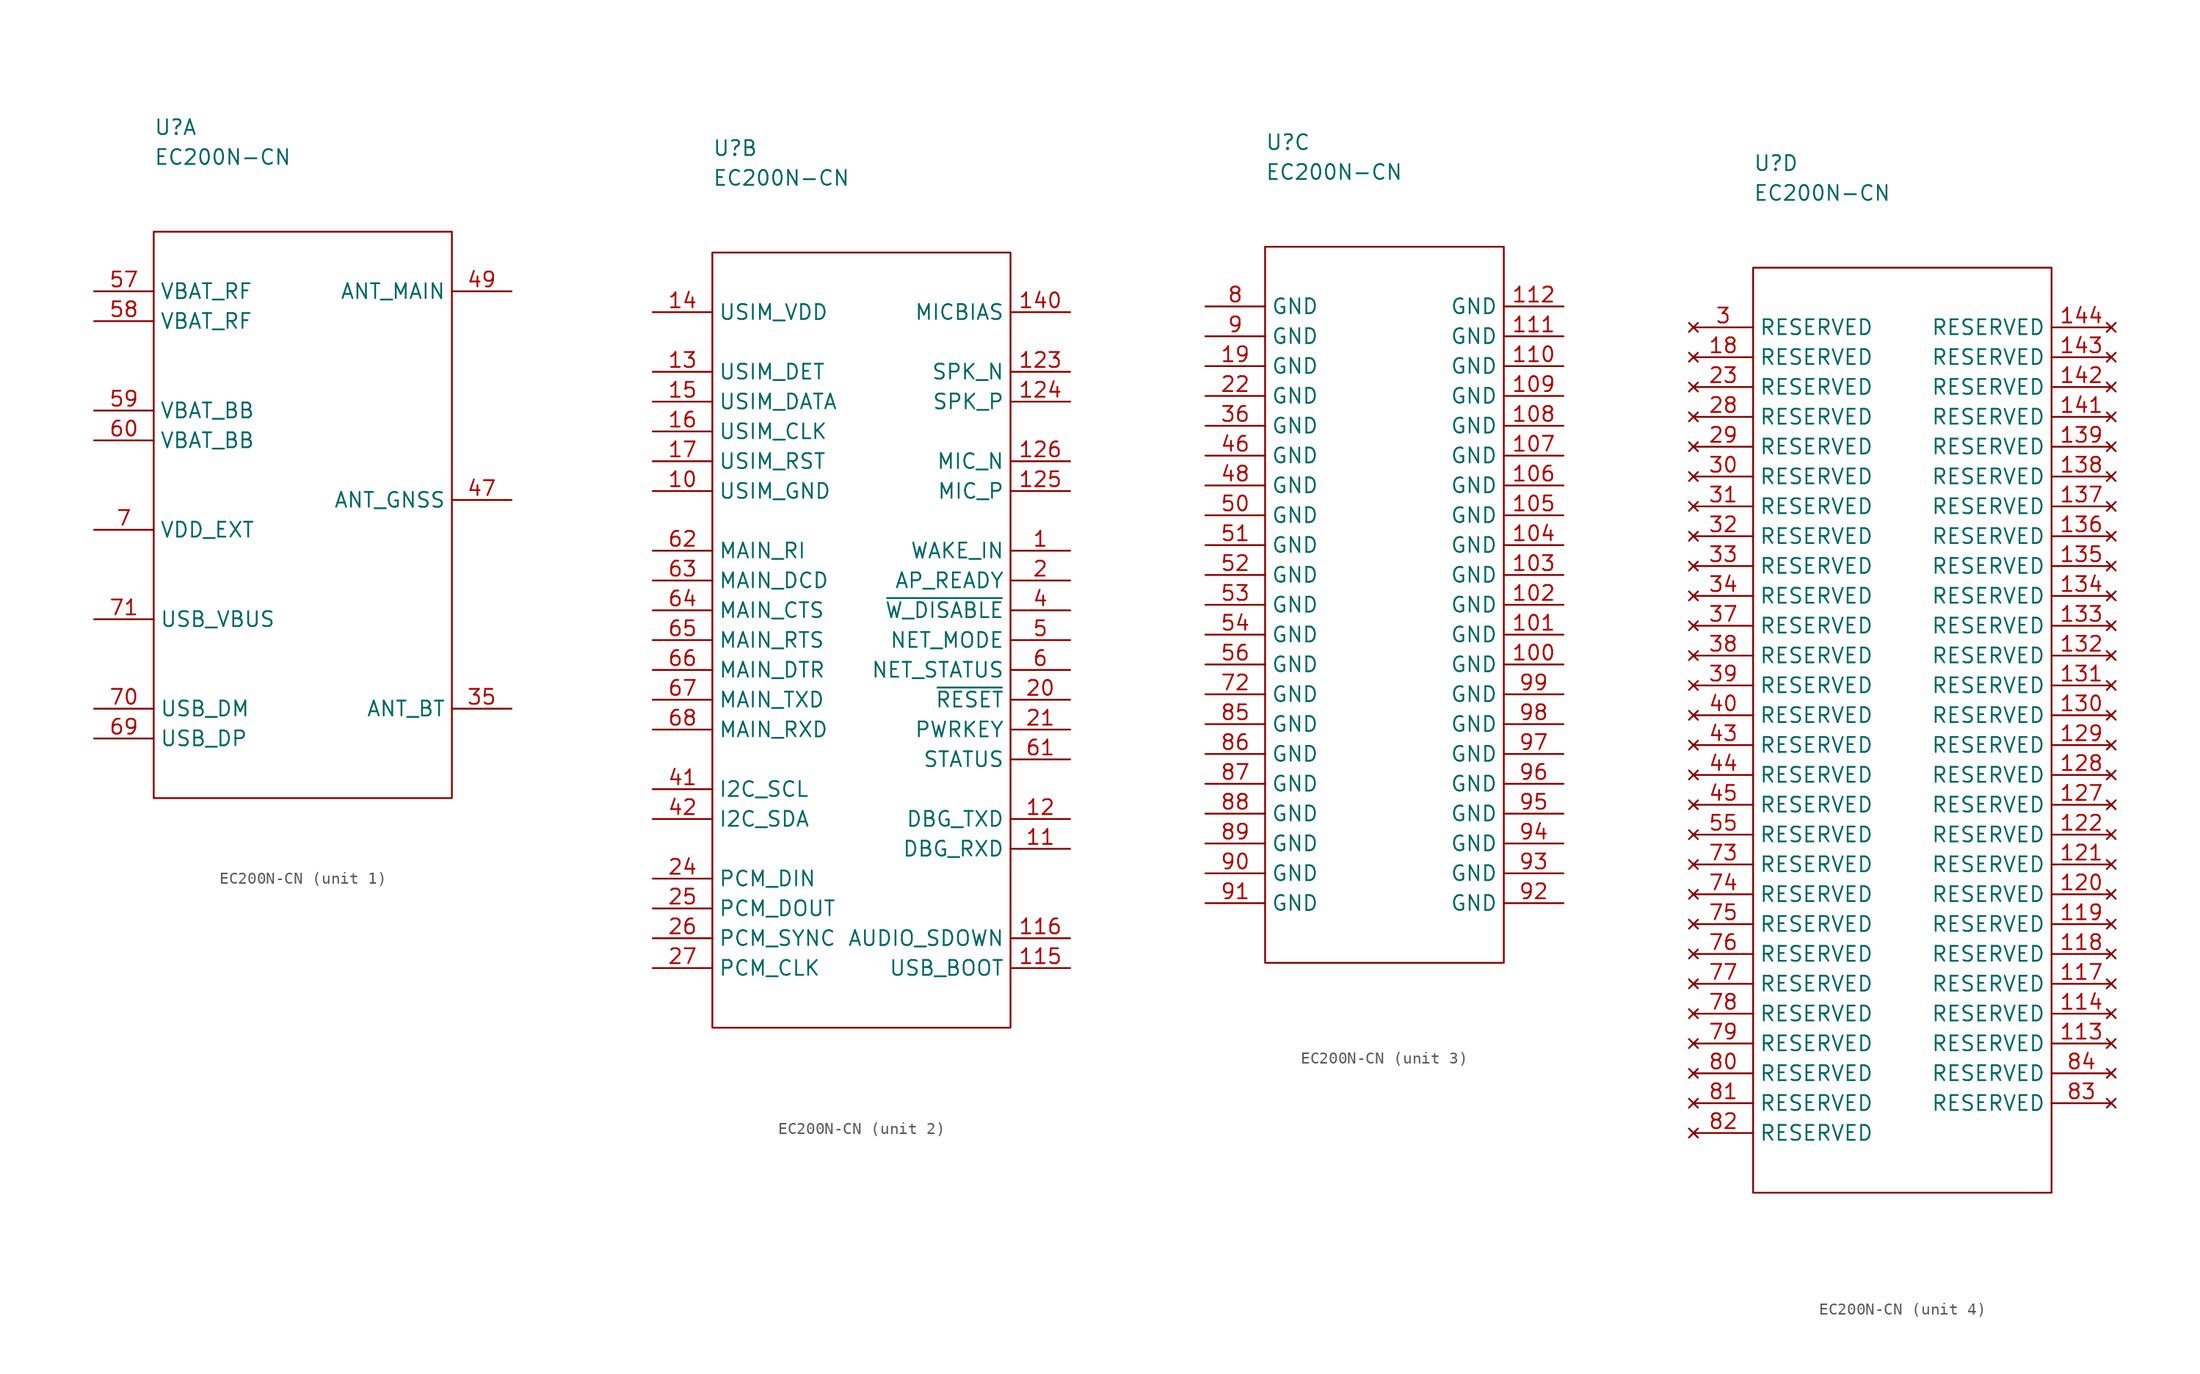
<source format=kicad_sym>
(kicad_symbol_lib
  (version 20211014)
  (generator kicad_symbol_editor)
  (symbol "EC200N-CN"
    (property "Reference" "U"
      (at 0 8.89 0)
      (effects (font (size 1.27 1.27)) (justify left)))
    (property "Value" "EC200N-CN"
      (at 0 6.35 0)
      (effects (font (size 1.27 1.27)) (justify left)))
    (property "ki_locked" ""
      (at 0 0 0)
      (effects (font (size 1.27 1.27))))
    (symbol "EC200N-CN_1_1"
      (rectangle (start 0 0) (end 25.4 -48.26) (stroke (width 0.152) (type default) (color 0 0 0 0)) (fill (type none)))
      (pin passive line (at 30.48 -40.64 180) (length 5.08) (name "ANT_BT" (effects (font (size 1.27 1.27)))) (number "35" (effects (font (size 1.27 1.27)))))
      (pin passive line (at 30.48 -22.86 180) (length 5.08) (name "ANT_GNSS" (effects (font (size 1.27 1.27)))) (number "47" (effects (font (size 1.27 1.27)))))
      (pin passive line (at 30.48 -5.08 180) (length 5.08) (name "ANT_MAIN" (effects (font (size 1.27 1.27)))) (number "49" (effects (font (size 1.27 1.27)))))
      (pin passive line (at -5.08 -5.08 0) (length 5.08) (name "VBAT_RF" (effects (font (size 1.27 1.27)))) (number "57" (effects (font (size 1.27 1.27)))))
      (pin passive line (at -5.08 -7.62 0) (length 5.08) (name "VBAT_RF" (effects (font (size 1.27 1.27)))) (number "58" (effects (font (size 1.27 1.27)))))
      (pin passive line (at -5.08 -15.24 0) (length 5.08) (name "VBAT_BB" (effects (font (size 1.27 1.27)))) (number "59" (effects (font (size 1.27 1.27)))))
      (pin passive line (at -5.08 -17.78 0) (length 5.08) (name "VBAT_BB" (effects (font (size 1.27 1.27)))) (number "60" (effects (font (size 1.27 1.27)))))
      (pin passive line (at -5.08 -43.18 0) (length 5.08) (name "USB_DP" (effects (font (size 1.27 1.27)))) (number "69" (effects (font (size 1.27 1.27)))))
      (pin passive line (at -5.08 -25.4 0) (length 5.08) (name "VDD_EXT" (effects (font (size 1.27 1.27)))) (number "7" (effects (font (size 1.27 1.27)))))
      (pin passive line (at -5.08 -40.64 0) (length 5.08) (name "USB_DM" (effects (font (size 1.27 1.27)))) (number "70" (effects (font (size 1.27 1.27)))))
      (pin passive line (at -5.08 -33.02 0) (length 5.08) (name "USB_VBUS" (effects (font (size 1.27 1.27)))) (number "71" (effects (font (size 1.27 1.27))))))
    (symbol "EC200N-CN_2_1"
      (rectangle (start 0 0) (end 25.4 -66.04) (stroke (width 0.152) (type default) (color 0 0 0 0)) (fill (type none)))
      (pin passive line (at 30.48 -25.4 180) (length 5.08) (name "WAKE_IN" (effects (font (size 1.27 1.27)))) (number "1" (effects (font (size 1.27 1.27)))))
      (pin passive line (at -5.08 -20.32 0) (length 5.08) (name "USIM_GND" (effects (font (size 1.27 1.27)))) (number "10" (effects (font (size 1.27 1.27)))))
      (pin passive line (at 30.48 -50.8 180) (length 5.08) (name "DBG_RXD" (effects (font (size 1.27 1.27)))) (number "11" (effects (font (size 1.27 1.27)))))
      (pin passive line (at 30.48 -60.96 180) (length 5.08) (name "USB_BOOT" (effects (font (size 1.27 1.27)))) (number "115" (effects (font (size 1.27 1.27)))))
      (pin passive line (at 30.48 -58.42 180) (length 5.08) (name "AUDIO_SDOWN" (effects (font (size 1.27 1.27)))) (number "116" (effects (font (size 1.27 1.27)))))
      (pin passive line (at 30.48 -48.26 180) (length 5.08) (name "DBG_TXD" (effects (font (size 1.27 1.27)))) (number "12" (effects (font (size 1.27 1.27)))))
      (pin passive line (at 30.48 -10.16 180) (length 5.08) (name "SPK_N" (effects (font (size 1.27 1.27)))) (number "123" (effects (font (size 1.27 1.27)))))
      (pin passive line (at 30.48 -12.7 180) (length 5.08) (name "SPK_P" (effects (font (size 1.27 1.27)))) (number "124" (effects (font (size 1.27 1.27)))))
      (pin passive line (at 30.48 -20.32 180) (length 5.08) (name "MIC_P" (effects (font (size 1.27 1.27)))) (number "125" (effects (font (size 1.27 1.27)))))
      (pin passive line (at 30.48 -17.78 180) (length 5.08) (name "MIC_N" (effects (font (size 1.27 1.27)))) (number "126" (effects (font (size 1.27 1.27)))))
      (pin passive line (at -5.08 -10.16 0) (length 5.08) (name "USIM_DET" (effects (font (size 1.27 1.27)))) (number "13" (effects (font (size 1.27 1.27)))))
      (pin passive line (at -5.08 -5.08 0) (length 5.08) (name "USIM_VDD" (effects (font (size 1.27 1.27)))) (number "14" (effects (font (size 1.27 1.27)))))
      (pin passive line (at 30.48 -5.08 180) (length 5.08) (name "MICBIAS" (effects (font (size 1.27 1.27)))) (number "140" (effects (font (size 1.27 1.27)))))
      (pin passive line (at -5.08 -12.7 0) (length 5.08) (name "USIM_DATA" (effects (font (size 1.27 1.27)))) (number "15" (effects (font (size 1.27 1.27)))))
      (pin passive line (at -5.08 -15.24 0) (length 5.08) (name "USIM_CLK" (effects (font (size 1.27 1.27)))) (number "16" (effects (font (size 1.27 1.27)))))
      (pin passive line (at -5.08 -17.78 0) (length 5.08) (name "USIM_RST" (effects (font (size 1.27 1.27)))) (number "17" (effects (font (size 1.27 1.27)))))
      (pin passive line (at 30.48 -27.94 180) (length 5.08) (name "AP_READY" (effects (font (size 1.27 1.27)))) (number "2" (effects (font (size 1.27 1.27)))))
      (pin passive line (at 30.48 -38.1 180) (length 5.08) (name "~{RESET}" (effects (font (size 1.27 1.27)))) (number "20" (effects (font (size 1.27 1.27)))))
      (pin passive line (at 30.48 -40.64 180) (length 5.08) (name "PWRKEY" (effects (font (size 1.27 1.27)))) (number "21" (effects (font (size 1.27 1.27)))))
      (pin passive line (at -5.08 -53.34 0) (length 5.08) (name "PCM_DIN" (effects (font (size 1.27 1.27)))) (number "24" (effects (font (size 1.27 1.27)))))
      (pin passive line (at -5.08 -55.88 0) (length 5.08) (name "PCM_DOUT" (effects (font (size 1.27 1.27)))) (number "25" (effects (font (size 1.27 1.27)))))
      (pin passive line (at -5.08 -58.42 0) (length 5.08) (name "PCM_SYNC" (effects (font (size 1.27 1.27)))) (number "26" (effects (font (size 1.27 1.27)))))
      (pin passive line (at -5.08 -60.96 0) (length 5.08) (name "PCM_CLK" (effects (font (size 1.27 1.27)))) (number "27" (effects (font (size 1.27 1.27)))))
      (pin passive line (at 30.48 -30.48 180) (length 5.08) (name "~{W_DISABLE}" (effects (font (size 1.27 1.27)))) (number "4" (effects (font (size 1.27 1.27)))))
      (pin passive line (at -5.08 -45.72 0) (length 5.08) (name "I2C_SCL" (effects (font (size 1.27 1.27)))) (number "41" (effects (font (size 1.27 1.27)))))
      (pin passive line (at -5.08 -48.26 0) (length 5.08) (name "I2C_SDA" (effects (font (size 1.27 1.27)))) (number "42" (effects (font (size 1.27 1.27)))))
      (pin passive line (at 30.48 -33.02 180) (length 5.08) (name "NET_MODE" (effects (font (size 1.27 1.27)))) (number "5" (effects (font (size 1.27 1.27)))))
      (pin passive line (at 30.48 -35.56 180) (length 5.08) (name "NET_STATUS" (effects (font (size 1.27 1.27)))) (number "6" (effects (font (size 1.27 1.27)))))
      (pin passive line (at 30.48 -43.18 180) (length 5.08) (name "STATUS" (effects (font (size 1.27 1.27)))) (number "61" (effects (font (size 1.27 1.27)))))
      (pin passive line (at -5.08 -25.4 0) (length 5.08) (name "MAIN_RI" (effects (font (size 1.27 1.27)))) (number "62" (effects (font (size 1.27 1.27)))))
      (pin passive line (at -5.08 -27.94 0) (length 5.08) (name "MAIN_DCD" (effects (font (size 1.27 1.27)))) (number "63" (effects (font (size 1.27 1.27)))))
      (pin passive line (at -5.08 -30.48 0) (length 5.08) (name "MAIN_CTS" (effects (font (size 1.27 1.27)))) (number "64" (effects (font (size 1.27 1.27)))))
      (pin passive line (at -5.08 -33.02 0) (length 5.08) (name "MAIN_RTS" (effects (font (size 1.27 1.27)))) (number "65" (effects (font (size 1.27 1.27)))))
      (pin passive line (at -5.08 -35.56 0) (length 5.08) (name "MAIN_DTR" (effects (font (size 1.27 1.27)))) (number "66" (effects (font (size 1.27 1.27)))))
      (pin passive line (at -5.08 -38.1 0) (length 5.08) (name "MAIN_TXD" (effects (font (size 1.27 1.27)))) (number "67" (effects (font (size 1.27 1.27)))))
      (pin passive line (at -5.08 -40.64 0) (length 5.08) (name "MAIN_RXD" (effects (font (size 1.27 1.27)))) (number "68" (effects (font (size 1.27 1.27))))))
    (symbol "EC200N-CN_3_1"
      (rectangle (start 0 0) (end 20.32 -60.96) (stroke (width 0.152) (type default) (color 0 0 0 0)) (fill (type none)))
      (pin passive line (at 25.4 -35.56 180) (length 5.08) (name "GND" (effects (font (size 1.27 1.27)))) (number "100" (effects (font (size 1.27 1.27)))))
      (pin passive line (at 25.4 -33.02 180) (length 5.08) (name "GND" (effects (font (size 1.27 1.27)))) (number "101" (effects (font (size 1.27 1.27)))))
      (pin passive line (at 25.4 -30.48 180) (length 5.08) (name "GND" (effects (font (size 1.27 1.27)))) (number "102" (effects (font (size 1.27 1.27)))))
      (pin passive line (at 25.4 -27.94 180) (length 5.08) (name "GND" (effects (font (size 1.27 1.27)))) (number "103" (effects (font (size 1.27 1.27)))))
      (pin passive line (at 25.4 -25.4 180) (length 5.08) (name "GND" (effects (font (size 1.27 1.27)))) (number "104" (effects (font (size 1.27 1.27)))))
      (pin passive line (at 25.4 -22.86 180) (length 5.08) (name "GND" (effects (font (size 1.27 1.27)))) (number "105" (effects (font (size 1.27 1.27)))))
      (pin passive line (at 25.4 -20.32 180) (length 5.08) (name "GND" (effects (font (size 1.27 1.27)))) (number "106" (effects (font (size 1.27 1.27)))))
      (pin passive line (at 25.4 -17.78 180) (length 5.08) (name "GND" (effects (font (size 1.27 1.27)))) (number "107" (effects (font (size 1.27 1.27)))))
      (pin passive line (at 25.4 -15.24 180) (length 5.08) (name "GND" (effects (font (size 1.27 1.27)))) (number "108" (effects (font (size 1.27 1.27)))))
      (pin passive line (at 25.4 -12.7 180) (length 5.08) (name "GND" (effects (font (size 1.27 1.27)))) (number "109" (effects (font (size 1.27 1.27)))))
      (pin passive line (at 25.4 -10.16 180) (length 5.08) (name "GND" (effects (font (size 1.27 1.27)))) (number "110" (effects (font (size 1.27 1.27)))))
      (pin passive line (at 25.4 -7.62 180) (length 5.08) (name "GND" (effects (font (size 1.27 1.27)))) (number "111" (effects (font (size 1.27 1.27)))))
      (pin passive line (at 25.4 -5.08 180) (length 5.08) (name "GND" (effects (font (size 1.27 1.27)))) (number "112" (effects (font (size 1.27 1.27)))))
      (pin passive line (at -5.08 -10.16 0) (length 5.08) (name "GND" (effects (font (size 1.27 1.27)))) (number "19" (effects (font (size 1.27 1.27)))))
      (pin passive line (at -5.08 -12.7 0) (length 5.08) (name "GND" (effects (font (size 1.27 1.27)))) (number "22" (effects (font (size 1.27 1.27)))))
      (pin passive line (at -5.08 -15.24 0) (length 5.08) (name "GND" (effects (font (size 1.27 1.27)))) (number "36" (effects (font (size 1.27 1.27)))))
      (pin passive line (at -5.08 -17.78 0) (length 5.08) (name "GND" (effects (font (size 1.27 1.27)))) (number "46" (effects (font (size 1.27 1.27)))))
      (pin passive line (at -5.08 -20.32 0) (length 5.08) (name "GND" (effects (font (size 1.27 1.27)))) (number "48" (effects (font (size 1.27 1.27)))))
      (pin passive line (at -5.08 -22.86 0) (length 5.08) (name "GND" (effects (font (size 1.27 1.27)))) (number "50" (effects (font (size 1.27 1.27)))))
      (pin passive line (at -5.08 -25.4 0) (length 5.08) (name "GND" (effects (font (size 1.27 1.27)))) (number "51" (effects (font (size 1.27 1.27)))))
      (pin passive line (at -5.08 -27.94 0) (length 5.08) (name "GND" (effects (font (size 1.27 1.27)))) (number "52" (effects (font (size 1.27 1.27)))))
      (pin passive line (at -5.08 -30.48 0) (length 5.08) (name "GND" (effects (font (size 1.27 1.27)))) (number "53" (effects (font (size 1.27 1.27)))))
      (pin passive line (at -5.08 -33.02 0) (length 5.08) (name "GND" (effects (font (size 1.27 1.27)))) (number "54" (effects (font (size 1.27 1.27)))))
      (pin passive line (at -5.08 -35.56 0) (length 5.08) (name "GND" (effects (font (size 1.27 1.27)))) (number "56" (effects (font (size 1.27 1.27)))))
      (pin passive line (at -5.08 -38.1 0) (length 5.08) (name "GND" (effects (font (size 1.27 1.27)))) (number "72" (effects (font (size 1.27 1.27)))))
      (pin passive line (at -5.08 -5.08 0) (length 5.08) (name "GND" (effects (font (size 1.27 1.27)))) (number "8" (effects (font (size 1.27 1.27)))))
      (pin passive line (at -5.08 -40.64 0) (length 5.08) (name "GND" (effects (font (size 1.27 1.27)))) (number "85" (effects (font (size 1.27 1.27)))))
      (pin passive line (at -5.08 -43.18 0) (length 5.08) (name "GND" (effects (font (size 1.27 1.27)))) (number "86" (effects (font (size 1.27 1.27)))))
      (pin passive line (at -5.08 -45.72 0) (length 5.08) (name "GND" (effects (font (size 1.27 1.27)))) (number "87" (effects (font (size 1.27 1.27)))))
      (pin passive line (at -5.08 -48.26 0) (length 5.08) (name "GND" (effects (font (size 1.27 1.27)))) (number "88" (effects (font (size 1.27 1.27)))))
      (pin passive line (at -5.08 -50.8 0) (length 5.08) (name "GND" (effects (font (size 1.27 1.27)))) (number "89" (effects (font (size 1.27 1.27)))))
      (pin passive line (at -5.08 -7.62 0) (length 5.08) (name "GND" (effects (font (size 1.27 1.27)))) (number "9" (effects (font (size 1.27 1.27)))))
      (pin passive line (at -5.08 -53.34 0) (length 5.08) (name "GND" (effects (font (size 1.27 1.27)))) (number "90" (effects (font (size 1.27 1.27)))))
      (pin passive line (at -5.08 -55.88 0) (length 5.08) (name "GND" (effects (font (size 1.27 1.27)))) (number "91" (effects (font (size 1.27 1.27)))))
      (pin passive line (at 25.4 -55.88 180) (length 5.08) (name "GND" (effects (font (size 1.27 1.27)))) (number "92" (effects (font (size 1.27 1.27)))))
      (pin passive line (at 25.4 -53.34 180) (length 5.08) (name "GND" (effects (font (size 1.27 1.27)))) (number "93" (effects (font (size 1.27 1.27)))))
      (pin passive line (at 25.4 -50.8 180) (length 5.08) (name "GND" (effects (font (size 1.27 1.27)))) (number "94" (effects (font (size 1.27 1.27)))))
      (pin passive line (at 25.4 -48.26 180) (length 5.08) (name "GND" (effects (font (size 1.27 1.27)))) (number "95" (effects (font (size 1.27 1.27)))))
      (pin passive line (at 25.4 -45.72 180) (length 5.08) (name "GND" (effects (font (size 1.27 1.27)))) (number "96" (effects (font (size 1.27 1.27)))))
      (pin passive line (at 25.4 -43.18 180) (length 5.08) (name "GND" (effects (font (size 1.27 1.27)))) (number "97" (effects (font (size 1.27 1.27)))))
      (pin passive line (at 25.4 -40.64 180) (length 5.08) (name "GND" (effects (font (size 1.27 1.27)))) (number "98" (effects (font (size 1.27 1.27)))))
      (pin passive line (at 25.4 -38.1 180) (length 5.08) (name "GND" (effects (font (size 1.27 1.27)))) (number "99" (effects (font (size 1.27 1.27))))))
    (symbol "EC200N-CN_4_1"
      (rectangle (start 0 0) (end 25.4 -78.74) (stroke (width 0.152) (type default) (color 0 0 0 0)) (fill (type none)))
      (pin no_connect line (at 30.48 -66.04 180) (length 5.08) (name "RESERVED" (effects (font (size 1.27 1.27)))) (number "113" (effects (font (size 1.27 1.27)))))
      (pin no_connect line (at 30.48 -63.5 180) (length 5.08) (name "RESERVED" (effects (font (size 1.27 1.27)))) (number "114" (effects (font (size 1.27 1.27)))))
      (pin no_connect line (at 30.48 -60.96 180) (length 5.08) (name "RESERVED" (effects (font (size 1.27 1.27)))) (number "117" (effects (font (size 1.27 1.27)))))
      (pin no_connect line (at 30.48 -58.42 180) (length 5.08) (name "RESERVED" (effects (font (size 1.27 1.27)))) (number "118" (effects (font (size 1.27 1.27)))))
      (pin no_connect line (at 30.48 -55.88 180) (length 5.08) (name "RESERVED" (effects (font (size 1.27 1.27)))) (number "119" (effects (font (size 1.27 1.27)))))
      (pin no_connect line (at 30.48 -53.34 180) (length 5.08) (name "RESERVED" (effects (font (size 1.27 1.27)))) (number "120" (effects (font (size 1.27 1.27)))))
      (pin no_connect line (at 30.48 -50.8 180) (length 5.08) (name "RESERVED" (effects (font (size 1.27 1.27)))) (number "121" (effects (font (size 1.27 1.27)))))
      (pin no_connect line (at 30.48 -48.26 180) (length 5.08) (name "RESERVED" (effects (font (size 1.27 1.27)))) (number "122" (effects (font (size 1.27 1.27)))))
      (pin no_connect line (at 30.48 -45.72 180) (length 5.08) (name "RESERVED" (effects (font (size 1.27 1.27)))) (number "127" (effects (font (size 1.27 1.27)))))
      (pin no_connect line (at 30.48 -43.18 180) (length 5.08) (name "RESERVED" (effects (font (size 1.27 1.27)))) (number "128" (effects (font (size 1.27 1.27)))))
      (pin no_connect line (at 30.48 -40.64 180) (length 5.08) (name "RESERVED" (effects (font (size 1.27 1.27)))) (number "129" (effects (font (size 1.27 1.27)))))
      (pin no_connect line (at 30.48 -38.1 180) (length 5.08) (name "RESERVED" (effects (font (size 1.27 1.27)))) (number "130" (effects (font (size 1.27 1.27)))))
      (pin no_connect line (at 30.48 -35.56 180) (length 5.08) (name "RESERVED" (effects (font (size 1.27 1.27)))) (number "131" (effects (font (size 1.27 1.27)))))
      (pin no_connect line (at 30.48 -33.02 180) (length 5.08) (name "RESERVED" (effects (font (size 1.27 1.27)))) (number "132" (effects (font (size 1.27 1.27)))))
      (pin no_connect line (at 30.48 -30.48 180) (length 5.08) (name "RESERVED" (effects (font (size 1.27 1.27)))) (number "133" (effects (font (size 1.27 1.27)))))
      (pin no_connect line (at 30.48 -27.94 180) (length 5.08) (name "RESERVED" (effects (font (size 1.27 1.27)))) (number "134" (effects (font (size 1.27 1.27)))))
      (pin no_connect line (at 30.48 -25.4 180) (length 5.08) (name "RESERVED" (effects (font (size 1.27 1.27)))) (number "135" (effects (font (size 1.27 1.27)))))
      (pin no_connect line (at 30.48 -22.86 180) (length 5.08) (name "RESERVED" (effects (font (size 1.27 1.27)))) (number "136" (effects (font (size 1.27 1.27)))))
      (pin no_connect line (at 30.48 -20.32 180) (length 5.08) (name "RESERVED" (effects (font (size 1.27 1.27)))) (number "137" (effects (font (size 1.27 1.27)))))
      (pin no_connect line (at 30.48 -17.78 180) (length 5.08) (name "RESERVED" (effects (font (size 1.27 1.27)))) (number "138" (effects (font (size 1.27 1.27)))))
      (pin no_connect line (at 30.48 -15.24 180) (length 5.08) (name "RESERVED" (effects (font (size 1.27 1.27)))) (number "139" (effects (font (size 1.27 1.27)))))
      (pin no_connect line (at 30.48 -12.7 180) (length 5.08) (name "RESERVED" (effects (font (size 1.27 1.27)))) (number "141" (effects (font (size 1.27 1.27)))))
      (pin no_connect line (at 30.48 -10.16 180) (length 5.08) (name "RESERVED" (effects (font (size 1.27 1.27)))) (number "142" (effects (font (size 1.27 1.27)))))
      (pin no_connect line (at 30.48 -7.62 180) (length 5.08) (name "RESERVED" (effects (font (size 1.27 1.27)))) (number "143" (effects (font (size 1.27 1.27)))))
      (pin no_connect line (at 30.48 -5.08 180) (length 5.08) (name "RESERVED" (effects (font (size 1.27 1.27)))) (number "144" (effects (font (size 1.27 1.27)))))
      (pin no_connect line (at -5.08 -7.62 0) (length 5.08) (name "RESERVED" (effects (font (size 1.27 1.27)))) (number "18" (effects (font (size 1.27 1.27)))))
      (pin no_connect line (at -5.08 -10.16 0) (length 5.08) (name "RESERVED" (effects (font (size 1.27 1.27)))) (number "23" (effects (font (size 1.27 1.27)))))
      (pin no_connect line (at -5.08 -12.7 0) (length 5.08) (name "RESERVED" (effects (font (size 1.27 1.27)))) (number "28" (effects (font (size 1.27 1.27)))))
      (pin no_connect line (at -5.08 -15.24 0) (length 5.08) (name "RESERVED" (effects (font (size 1.27 1.27)))) (number "29" (effects (font (size 1.27 1.27)))))
      (pin no_connect line (at -5.08 -5.08 0) (length 5.08) (name "RESERVED" (effects (font (size 1.27 1.27)))) (number "3" (effects (font (size 1.27 1.27)))))
      (pin no_connect line (at -5.08 -17.78 0) (length 5.08) (name "RESERVED" (effects (font (size 1.27 1.27)))) (number "30" (effects (font (size 1.27 1.27)))))
      (pin no_connect line (at -5.08 -20.32 0) (length 5.08) (name "RESERVED" (effects (font (size 1.27 1.27)))) (number "31" (effects (font (size 1.27 1.27)))))
      (pin no_connect line (at -5.08 -22.86 0) (length 5.08) (name "RESERVED" (effects (font (size 1.27 1.27)))) (number "32" (effects (font (size 1.27 1.27)))))
      (pin no_connect line (at -5.08 -25.4 0) (length 5.08) (name "RESERVED" (effects (font (size 1.27 1.27)))) (number "33" (effects (font (size 1.27 1.27)))))
      (pin no_connect line (at -5.08 -27.94 0) (length 5.08) (name "RESERVED" (effects (font (size 1.27 1.27)))) (number "34" (effects (font (size 1.27 1.27)))))
      (pin no_connect line (at -5.08 -30.48 0) (length 5.08) (name "RESERVED" (effects (font (size 1.27 1.27)))) (number "37" (effects (font (size 1.27 1.27)))))
      (pin no_connect line (at -5.08 -33.02 0) (length 5.08) (name "RESERVED" (effects (font (size 1.27 1.27)))) (number "38" (effects (font (size 1.27 1.27)))))
      (pin no_connect line (at -5.08 -35.56 0) (length 5.08) (name "RESERVED" (effects (font (size 1.27 1.27)))) (number "39" (effects (font (size 1.27 1.27)))))
      (pin no_connect line (at -5.08 -38.1 0) (length 5.08) (name "RESERVED" (effects (font (size 1.27 1.27)))) (number "40" (effects (font (size 1.27 1.27)))))
      (pin no_connect line (at -5.08 -40.64 0) (length 5.08) (name "RESERVED" (effects (font (size 1.27 1.27)))) (number "43" (effects (font (size 1.27 1.27)))))
      (pin no_connect line (at -5.08 -43.18 0) (length 5.08) (name "RESERVED" (effects (font (size 1.27 1.27)))) (number "44" (effects (font (size 1.27 1.27)))))
      (pin no_connect line (at -5.08 -45.72 0) (length 5.08) (name "RESERVED" (effects (font (size 1.27 1.27)))) (number "45" (effects (font (size 1.27 1.27)))))
      (pin no_connect line (at -5.08 -48.26 0) (length 5.08) (name "RESERVED" (effects (font (size 1.27 1.27)))) (number "55" (effects (font (size 1.27 1.27)))))
      (pin no_connect line (at -5.08 -50.8 0) (length 5.08) (name "RESERVED" (effects (font (size 1.27 1.27)))) (number "73" (effects (font (size 1.27 1.27)))))
      (pin no_connect line (at -5.08 -53.34 0) (length 5.08) (name "RESERVED" (effects (font (size 1.27 1.27)))) (number "74" (effects (font (size 1.27 1.27)))))
      (pin no_connect line (at -5.08 -55.88 0) (length 5.08) (name "RESERVED" (effects (font (size 1.27 1.27)))) (number "75" (effects (font (size 1.27 1.27)))))
      (pin no_connect line (at -5.08 -58.42 0) (length 5.08) (name "RESERVED" (effects (font (size 1.27 1.27)))) (number "76" (effects (font (size 1.27 1.27)))))
      (pin no_connect line (at -5.08 -60.96 0) (length 5.08) (name "RESERVED" (effects (font (size 1.27 1.27)))) (number "77" (effects (font (size 1.27 1.27)))))
      (pin no_connect line (at -5.08 -63.5 0) (length 5.08) (name "RESERVED" (effects (font (size 1.27 1.27)))) (number "78" (effects (font (size 1.27 1.27)))))
      (pin no_connect line (at -5.08 -66.04 0) (length 5.08) (name "RESERVED" (effects (font (size 1.27 1.27)))) (number "79" (effects (font (size 1.27 1.27)))))
      (pin no_connect line (at -5.08 -68.58 0) (length 5.08) (name "RESERVED" (effects (font (size 1.27 1.27)))) (number "80" (effects (font (size 1.27 1.27)))))
      (pin no_connect line (at -5.08 -71.12 0) (length 5.08) (name "RESERVED" (effects (font (size 1.27 1.27)))) (number "81" (effects (font (size 1.27 1.27)))))
      (pin no_connect line (at -5.08 -73.66 0) (length 5.08) (name "RESERVED" (effects (font (size 1.27 1.27)))) (number "82" (effects (font (size 1.27 1.27)))))
      (pin no_connect line (at 30.48 -71.12 180) (length 5.08) (name "RESERVED" (effects (font (size 1.27 1.27)))) (number "83" (effects (font (size 1.27 1.27)))))
      (pin no_connect line (at 30.48 -68.58 180) (length 5.08) (name "RESERVED" (effects (font (size 1.27 1.27)))) (number "84" (effects (font (size 1.27 1.27))))))))
</source>
